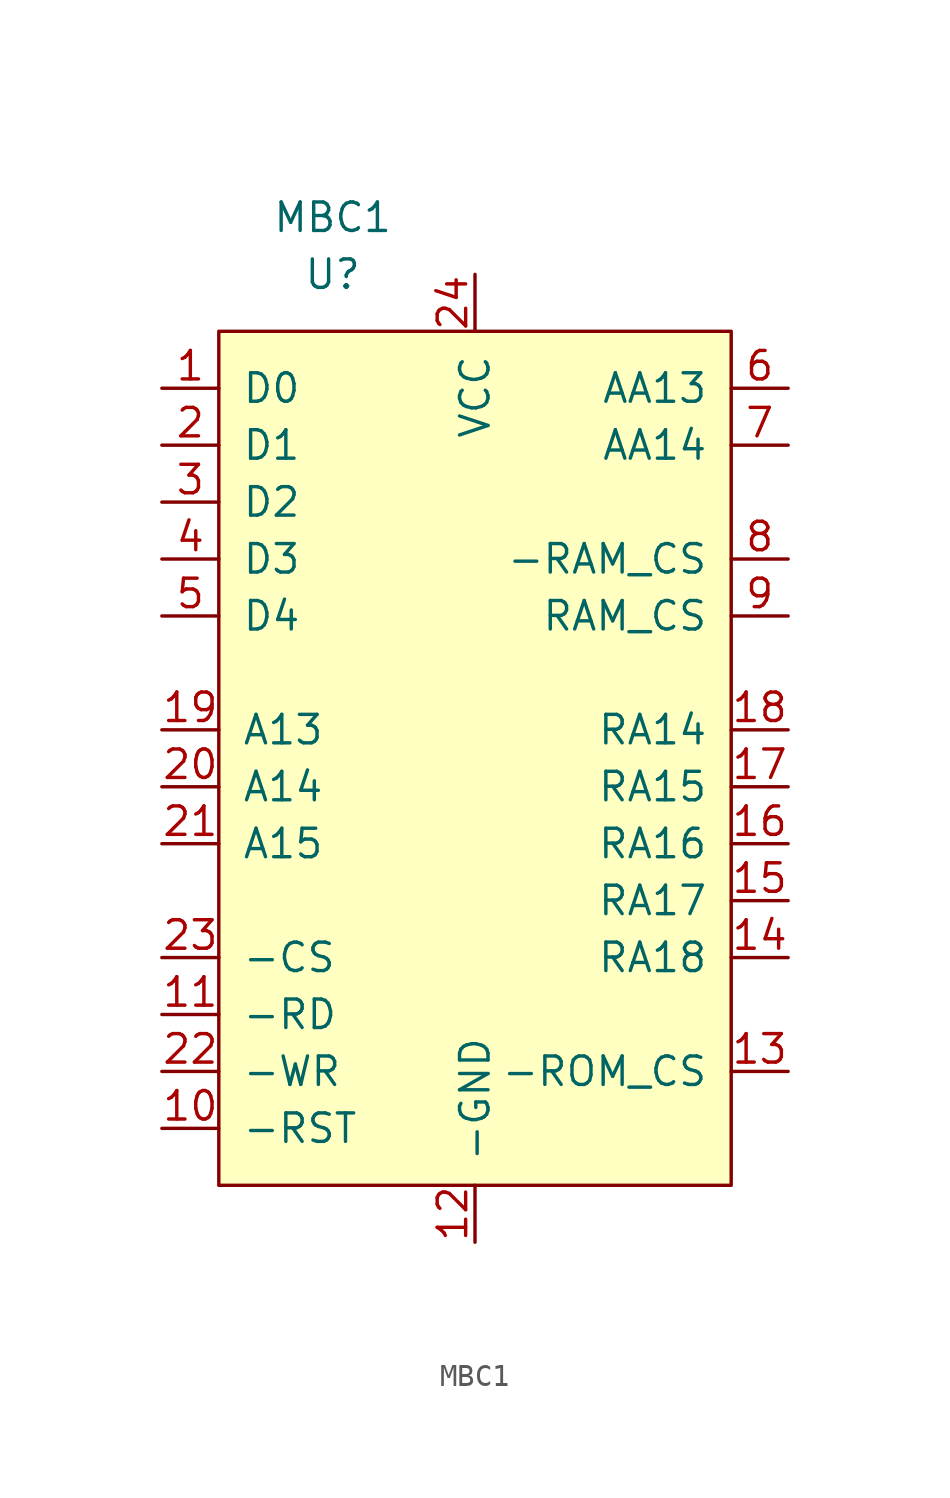
<source format=kicad_sym>
(kicad_symbol_lib
  (version 20211014)
  (generator kicad_symbol_editor)
  (symbol "MBC1"
    (pin_names
      (offset 1.016))
    (property "Reference" "U"
      (at 5.08 2.54 0)
      (effects (font (size 1.27 1.27))))
    (property "Value" "MBC1"
      (at 5.08 5.08 0)
      (effects (font (size 1.27 1.27))))
    (symbol "MBC1_0_1"
      (rectangle (start 0 0) (end 22.86 -38.1) (stroke (width 0) (type default) (color 0 0 0 0)) (fill (type background))))
    (symbol "MBC1_1_1"
      (pin input line (at -2.54 -2.54 0) (length 2.54) (name "D0" (effects (font (size 1.27 1.27)))) (number "1" (effects (font (size 1.27 1.27)))))
      (pin input line (at -2.54 -35.56 0) (length 2.54) (name "-RST" (effects (font (size 1.27 1.27)))) (number "10" (effects (font (size 1.27 1.27)))))
      (pin input line (at -2.54 -30.48 0) (length 2.54) (name "-RD" (effects (font (size 1.27 1.27)))) (number "11" (effects (font (size 1.27 1.27)))))
      (pin input line (at 11.43 -40.64 90) (length 2.54) (name "-GND" (effects (font (size 1.27 1.27)))) (number "12" (effects (font (size 1.27 1.27)))))
      (pin output line (at 25.4 -33.02 180) (length 2.54) (name "-ROM_CS" (effects (font (size 1.27 1.27)))) (number "13" (effects (font (size 1.27 1.27)))))
      (pin output line (at 25.4 -27.94 180) (length 2.54) (name "RA18" (effects (font (size 1.27 1.27)))) (number "14" (effects (font (size 1.27 1.27)))))
      (pin output line (at 25.4 -25.4 180) (length 2.54) (name "RA17" (effects (font (size 1.27 1.27)))) (number "15" (effects (font (size 1.27 1.27)))))
      (pin output line (at 25.4 -22.86 180) (length 2.54) (name "RA16" (effects (font (size 1.27 1.27)))) (number "16" (effects (font (size 1.27 1.27)))))
      (pin output line (at 25.4 -20.32 180) (length 2.54) (name "RA15" (effects (font (size 1.27 1.27)))) (number "17" (effects (font (size 1.27 1.27)))))
      (pin output line (at 25.4 -17.78 180) (length 2.54) (name "RA14" (effects (font (size 1.27 1.27)))) (number "18" (effects (font (size 1.27 1.27)))))
      (pin input line (at -2.54 -17.78 0) (length 2.54) (name "A13" (effects (font (size 1.27 1.27)))) (number "19" (effects (font (size 1.27 1.27)))))
      (pin input line (at -2.54 -5.08 0) (length 2.54) (name "D1" (effects (font (size 1.27 1.27)))) (number "2" (effects (font (size 1.27 1.27)))))
      (pin input line (at -2.54 -20.32 0) (length 2.54) (name "A14" (effects (font (size 1.27 1.27)))) (number "20" (effects (font (size 1.27 1.27)))))
      (pin input line (at -2.54 -22.86 0) (length 2.54) (name "A15" (effects (font (size 1.27 1.27)))) (number "21" (effects (font (size 1.27 1.27)))))
      (pin input line (at -2.54 -33.02 0) (length 2.54) (name "-WR" (effects (font (size 1.27 1.27)))) (number "22" (effects (font (size 1.27 1.27)))))
      (pin input line (at -2.54 -27.94 0) (length 2.54) (name "-CS" (effects (font (size 1.27 1.27)))) (number "23" (effects (font (size 1.27 1.27)))))
      (pin input line (at 11.43 2.54 270) (length 2.54) (name "VCC" (effects (font (size 1.27 1.27)))) (number "24" (effects (font (size 1.27 1.27)))))
      (pin input line (at -2.54 -7.62 0) (length 2.54) (name "D2" (effects (font (size 1.27 1.27)))) (number "3" (effects (font (size 1.27 1.27)))))
      (pin input line (at -2.54 -10.16 0) (length 2.54) (name "D3" (effects (font (size 1.27 1.27)))) (number "4" (effects (font (size 1.27 1.27)))))
      (pin input line (at -2.54 -12.7 0) (length 2.54) (name "D4" (effects (font (size 1.27 1.27)))) (number "5" (effects (font (size 1.27 1.27)))))
      (pin output line (at 25.4 -2.54 180) (length 2.54) (name "AA13" (effects (font (size 1.27 1.27)))) (number "6" (effects (font (size 1.27 1.27)))))
      (pin output line (at 25.4 -5.08 180) (length 2.54) (name "AA14" (effects (font (size 1.27 1.27)))) (number "7" (effects (font (size 1.27 1.27)))))
      (pin output line (at 25.4 -10.16 180) (length 2.54) (name "-RAM_CS" (effects (font (size 1.27 1.27)))) (number "8" (effects (font (size 1.27 1.27)))))
      (pin output line (at 25.4 -12.7 180) (length 2.54) (name "RAM_CS" (effects (font (size 1.27 1.27)))) (number "9" (effects (font (size 1.27 1.27))))))))
</source>
